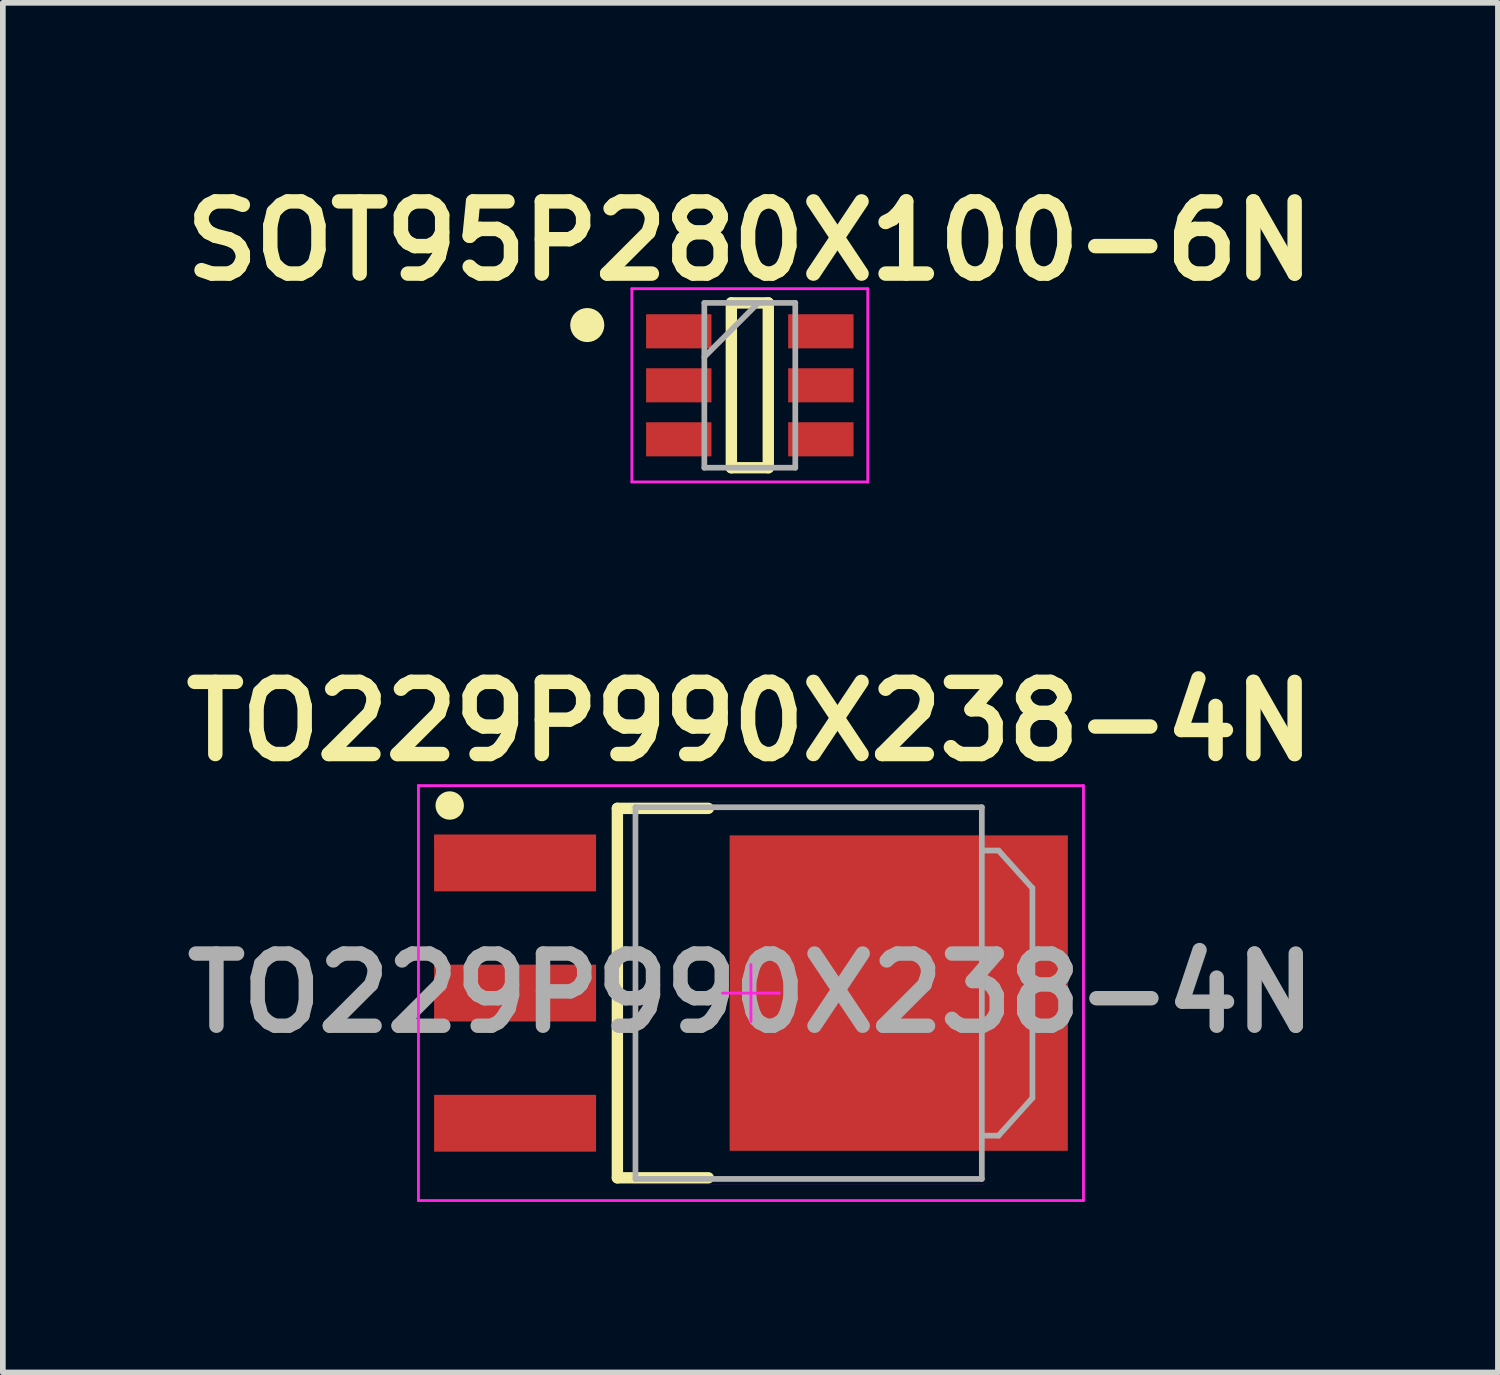
<source format=kicad_pcb>
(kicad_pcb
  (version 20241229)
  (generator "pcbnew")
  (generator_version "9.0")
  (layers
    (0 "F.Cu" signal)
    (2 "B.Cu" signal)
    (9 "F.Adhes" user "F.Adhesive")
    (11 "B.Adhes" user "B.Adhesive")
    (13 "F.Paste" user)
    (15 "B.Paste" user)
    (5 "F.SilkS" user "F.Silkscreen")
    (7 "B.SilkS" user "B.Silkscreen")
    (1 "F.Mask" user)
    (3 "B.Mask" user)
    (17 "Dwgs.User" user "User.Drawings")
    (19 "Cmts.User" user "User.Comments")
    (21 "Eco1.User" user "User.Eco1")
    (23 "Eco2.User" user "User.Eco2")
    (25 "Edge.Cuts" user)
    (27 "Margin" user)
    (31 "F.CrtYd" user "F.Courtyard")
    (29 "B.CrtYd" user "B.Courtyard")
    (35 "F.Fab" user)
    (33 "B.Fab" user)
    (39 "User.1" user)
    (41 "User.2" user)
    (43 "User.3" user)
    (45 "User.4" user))
  (footprint "SOT95P280X100-6N"
    (layer "F.Cu")
    (at 10.142 3.729)
    (property "Reference" "SOT95P280X100-6N" (at 0 -2.54 0) (layer "F.SilkS") (effects (font (size 1.27 1.27) (thickness 0.254))))
    (attr smd)
    (fp_line (start -0.325 -1.45) (end 0.325 -1.45) (stroke (width 0.2) (type solid)) (layer "F.SilkS"))
    (fp_line (start -0.325 1.45) (end -0.325 -1.45) (stroke (width 0.2) (type solid)) (layer "F.SilkS"))
    (fp_line (start 0.325 -1.45) (end 0.325 1.45) (stroke (width 0.2) (type solid)) (layer "F.SilkS"))
    (fp_line (start 0.325 1.45) (end -0.325 1.45) (stroke (width 0.2) (type solid)) (layer "F.SilkS"))
    (fp_circle (center -2.86 -1.06) (end -2.71 -1.06) (stroke (width 0.3) (type solid)) (fill no) (layer "F.SilkS"))
    (fp_line (start -2.075 -1.7) (end 2.075 -1.7) (stroke (width 0.05) (type solid)) (layer "F.CrtYd"))
    (fp_line (start -2.075 1.7) (end -2.075 -1.7) (stroke (width 0.05) (type solid)) (layer "F.CrtYd"))
    (fp_line (start 2.075 -1.7) (end 2.075 1.7) (stroke (width 0.05) (type solid)) (layer "F.CrtYd"))
    (fp_line (start 2.075 1.7) (end -2.075 1.7) (stroke (width 0.05) (type solid)) (layer "F.CrtYd"))
    (fp_line (start -0.8 -1.45) (end 0.8 -1.45) (stroke (width 0.1) (type solid)) (layer "F.Fab"))
    (fp_line (start -0.8 -0.5) (end 0.15 -1.45) (stroke (width 0.1) (type solid)) (layer "F.Fab"))
    (fp_line (start -0.8 1.45) (end -0.8 -1.45) (stroke (width 0.1) (type solid)) (layer "F.Fab"))
    (fp_line (start 0.8 -1.45) (end 0.8 1.45) (stroke (width 0.1) (type solid)) (layer "F.Fab"))
    (fp_line (start 0.8 1.45) (end -0.8 1.45) (stroke (width 0.1) (type solid)) (layer "F.Fab"))
    (pad "1" smd rect (at -1.25 -0.95 90) (size 0.6 1.15) (layers "F.Cu" "F.Mask" "F.Paste"))
    (pad "2" smd rect (at -1.25 0 90) (size 0.6 1.15) (layers "F.Cu" "F.Mask" "F.Paste"))
    (pad "3" smd rect (at -1.25 0.95 90) (size 0.6 1.15) (layers "F.Cu" "F.Mask" "F.Paste"))
    (pad "4" smd rect (at 1.25 0.95 90) (size 0.6 1.15) (layers "F.Cu" "F.Mask" "F.Paste"))
    (pad "5" smd rect (at 1.25 0 90) (size 0.6 1.15) (layers "F.Cu" "F.Mask" "F.Paste"))
    (pad "6" smd rect (at 1.25 -0.95 90) (size 0.6 1.15) (layers "F.Cu" "F.Mask" "F.Paste")))
  (footprint "TO229P990X238-4N"
    (layer "F.Cu")
    (at 10.162 14.422)
    (property "Reference" "TO229P990X238-4N" (at -0.02 -4.78 0) (layer "F.SilkS") (effects (font (size 1.27 1.27) (thickness 0.254))))
    (attr smd)
    (fp_line (start -2.35 -3.25) (end -0.75 -3.25) (stroke (width 0.2) (type solid)) (layer "F.SilkS"))
    (fp_line (start -2.35 3.25) (end -2.35 -3.25) (stroke (width 0.2) (type solid)) (layer "F.SilkS"))
    (fp_line (start -0.75 3.25) (end -2.35 3.25) (stroke (width 0.2) (type solid)) (layer "F.SilkS"))
    (fp_circle (center -5.3 -3.3) (end -5.3 -3.175) (stroke (width 0.25) (type solid)) (fill no) (layer "F.SilkS"))
    (fp_line (start -5.85 -3.65) (end -5.85 3.65) (stroke (width 0.05) (type solid)) (layer "F.CrtYd"))
    (fp_line (start -5.85 3.65) (end 5.85 3.65) (stroke (width 0.05) (type solid)) (layer "F.CrtYd"))
    (fp_line (start -2.095 -3.365) (end -2.095 3.365) (stroke (width 0.001) (type solid)) (layer "F.CrtYd"))
    (fp_line (start -2.095 3.365) (end 4.125 3.365) (stroke (width 0.001) (type solid)) (layer "F.CrtYd"))
    (fp_line (start -0.5 0) (end 0.5 0) (stroke (width 0.05) (type solid)) (layer "F.CrtYd"))
    (fp_line (start 0 0.5) (end 0 -0.5) (stroke (width 0.05) (type solid)) (layer "F.CrtYd"))
    (fp_line (start 4.125 -3.365) (end -2.095 -3.365) (stroke (width 0.001) (type solid)) (layer "F.CrtYd"))
    (fp_line (start 4.125 3.365) (end 4.125 -3.365) (stroke (width 0.001) (type solid)) (layer "F.CrtYd"))
    (fp_line (start 5.85 -3.65) (end -5.85 -3.65) (stroke (width 0.05) (type solid)) (layer "F.CrtYd"))
    (fp_line (start 5.85 3.65) (end 5.85 -3.65) (stroke (width 0.05) (type solid)) (layer "F.CrtYd"))
    (fp_line (start -2.032 -3.27) (end -2.032 3.27) (stroke (width 0.1) (type solid)) (layer "F.Fab"))
    (fp_line (start -2.032 3.27) (end 4.062 3.27) (stroke (width 0.1) (type solid)) (layer "F.Fab"))
    (fp_line (start 4.062 -3.27) (end -2.032 -3.27) (stroke (width 0.1) (type solid)) (layer "F.Fab"))
    (fp_line (start 4.062 2.508) (end 4.356 2.508) (stroke (width 0.1) (type solid)) (layer "F.Fab"))
    (fp_line (start 4.062 3.27) (end 4.062 -3.27) (stroke (width 0.1) (type solid)) (layer "F.Fab"))
    (fp_line (start 4.356 -2.508) (end 4.062 -2.508) (stroke (width 0.1) (type solid)) (layer "F.Fab"))
    (fp_line (start 4.356 2.508) (end 4.952 1.846) (stroke (width 0.1) (type solid)) (layer "F.Fab"))
    (fp_line (start 4.952 -1.847) (end 4.356 -2.508) (stroke (width 0.1) (type solid)) (layer "F.Fab"))
    (fp_line (start 4.952 1.846) (end 4.952 -1.847) (stroke (width 0.1) (type solid)) (layer "F.Fab"))
    (fp_text user "${REFERENCE}" (at 0 0 0) (layer "F.Fab") (effects (font (size 1.27 1.27) (thickness 0.254))))
    (pad "1" smd rect (at -4.15 -2.29 90) (size 1 2.85) (layers "F.Cu" "F.Mask" "F.Paste"))
    (pad "2" smd rect (at -4.15 0 90) (size 1 2.85) (layers "F.Cu" "F.Mask" "F.Paste"))
    (pad "3" smd rect (at -4.15 2.29 90) (size 1 2.85) (layers "F.Cu" "F.Mask" "F.Paste"))
    (pad "4" smd rect (at 2.6 0 90) (size 5.55 5.95) (layers "F.Cu" "F.Mask" "F.Paste")))
  (gr_rect
    (start -3 -3)
    (end 23.304 21.097)
    (stroke (width 0.1) (type default))
    (fill no)
    (layer "Edge.Cuts")))
</source>
